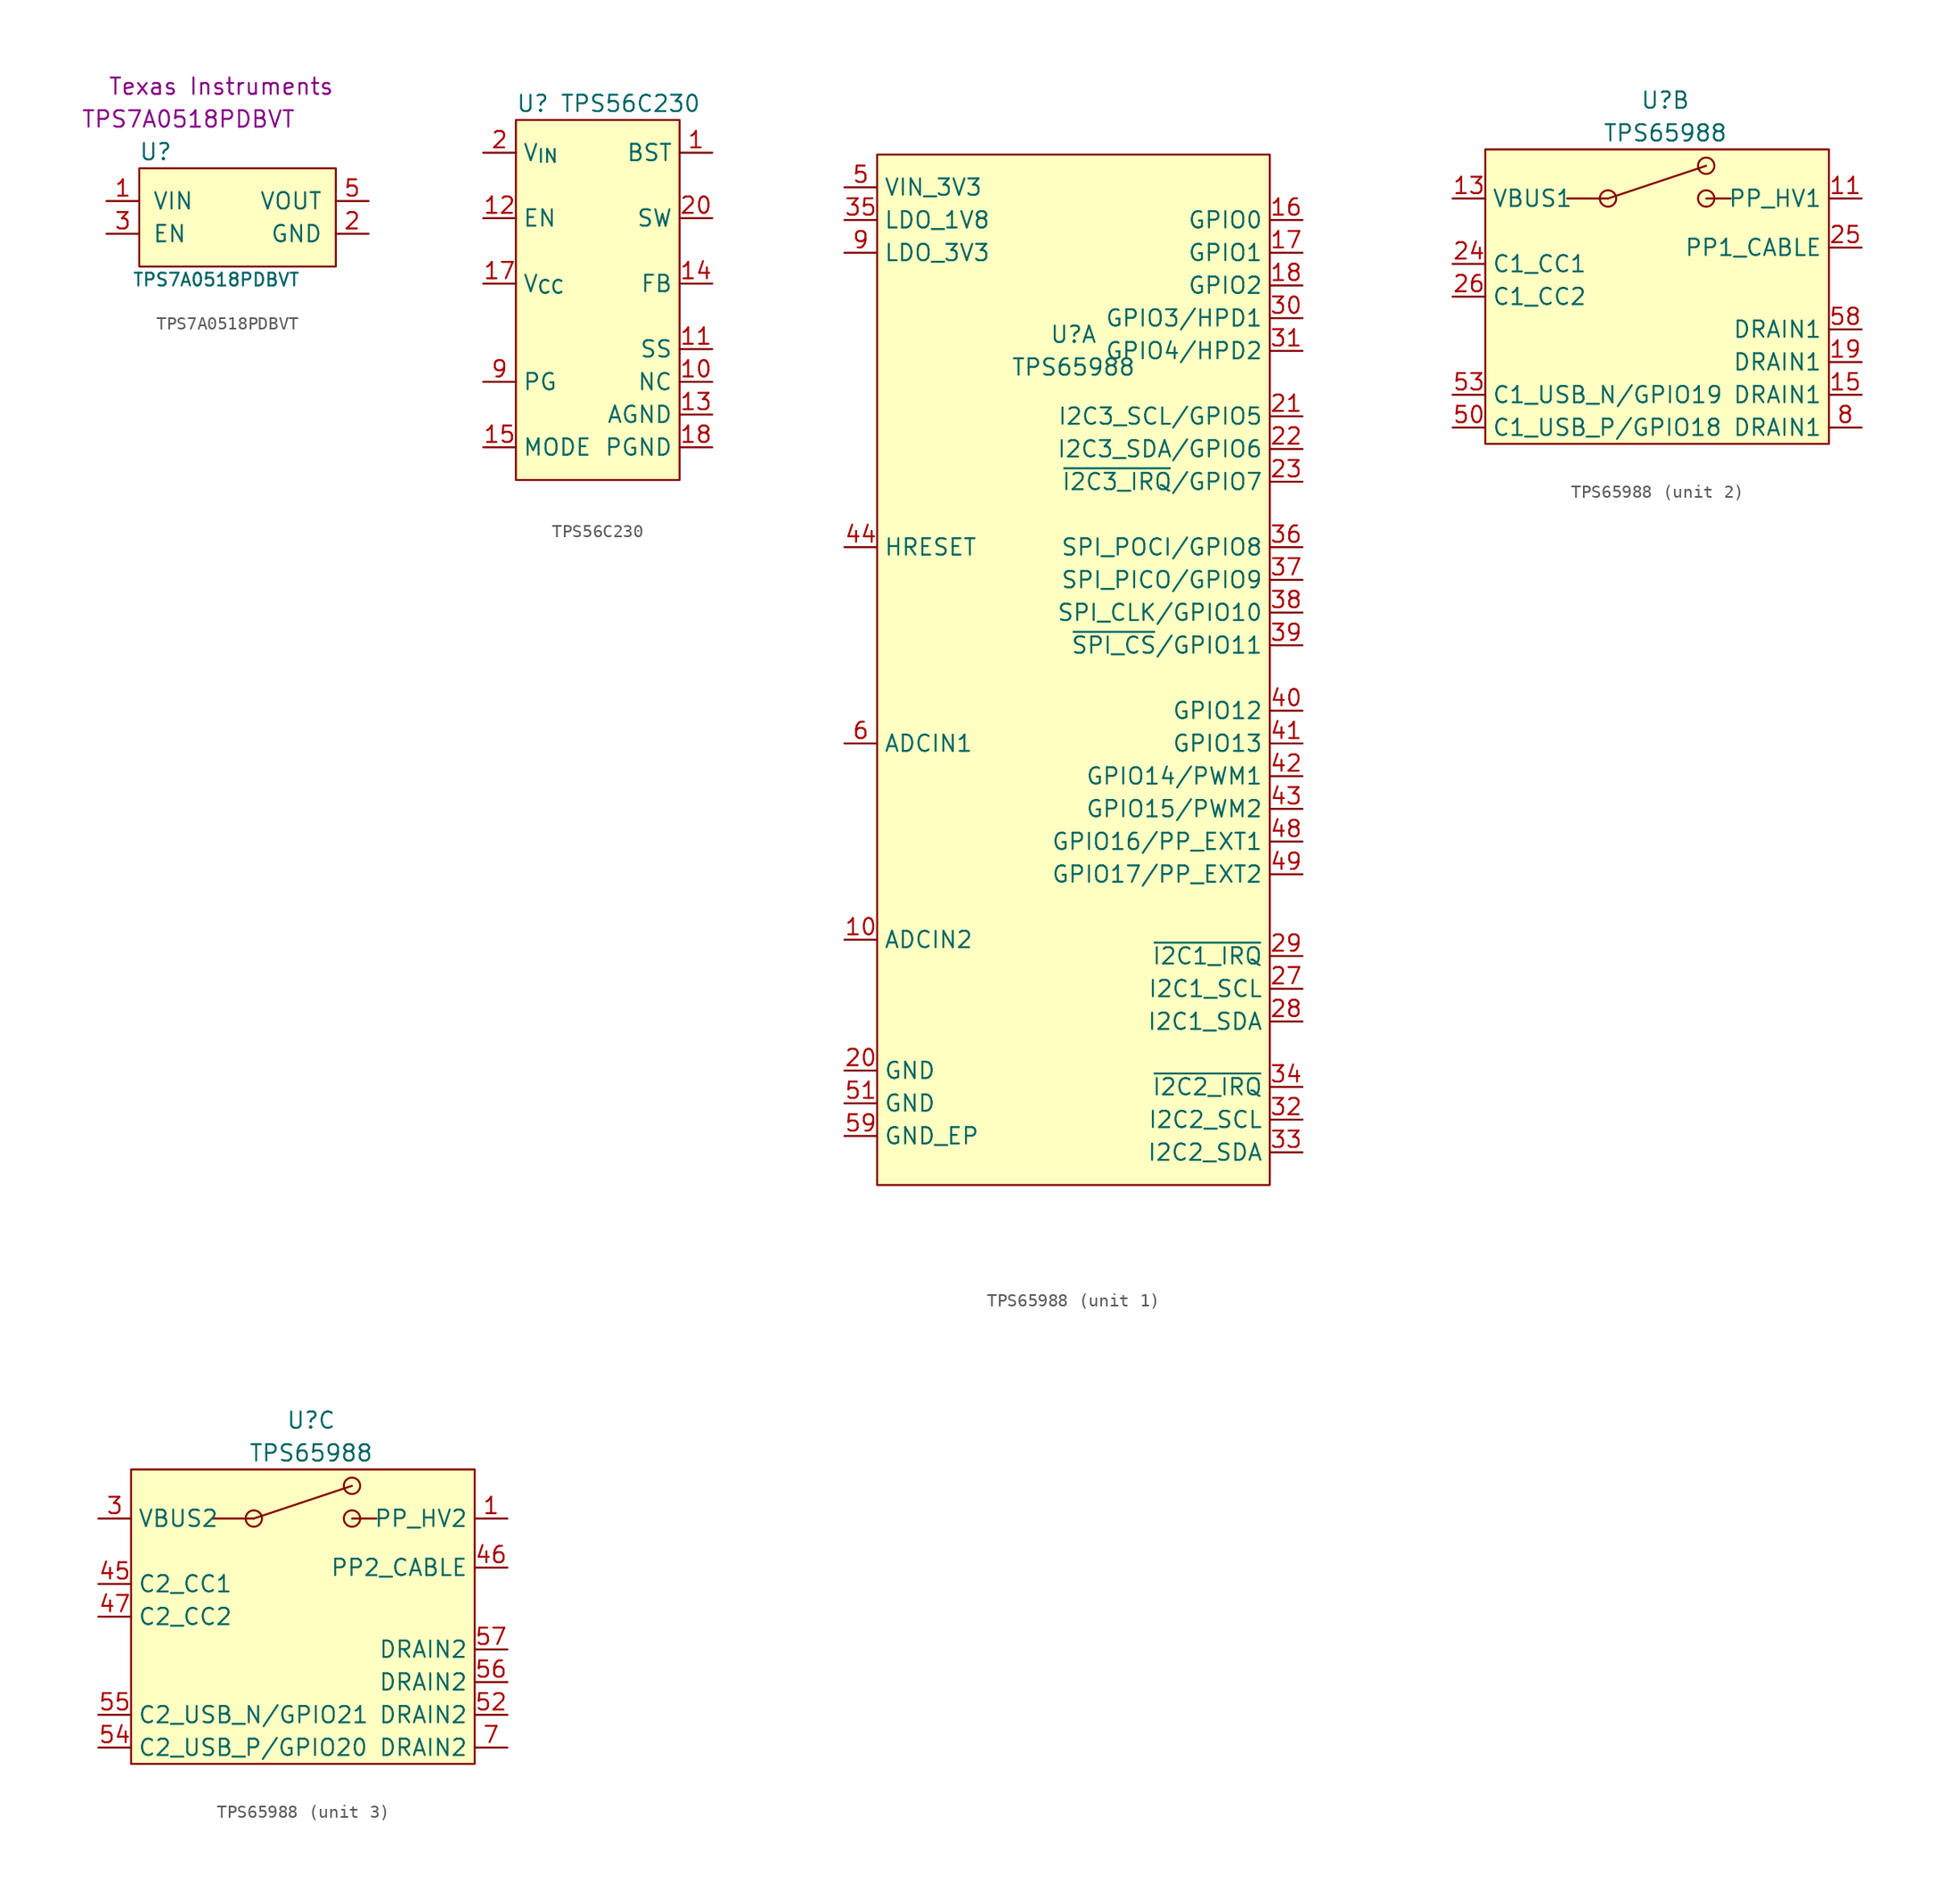
<source format=kicad_sym>
(kicad_symbol_lib
  (version 20220914)
  (generator kicad_symbol_editor)
  (symbol "TPS7A0518PDBVT"
    (pin_names
      (offset 1.016))
    (property "Reference" "U"
      (at -6.35 5.08 0)
      (effects (font (size 1.27 1.27))))
    (property "Value" "TPS7A0518PDBVT"
      (at -1.651 -4.826 0)
      (effects (font (size 0.991 0.991))))
    (property "MPN" "TPS7A0518PDBVT"
      (at -3.81 7.62 0)
      (effects (font (size 1.27 1.27))))
    (property "Manufacturer" "Texas Instruments"
      (at -1.27 10.16 0)
      (effects (font (size 1.27 1.27))))
    (symbol "TPS7A0518PDBVT_1_1"
      (rectangle (start -7.62 3.81) (end 7.62 -3.81) (stroke (width 0) (type default)) (fill (type background)))
      (pin passive line (at -10.16 1.27 0) (length 2.54) (name "VIN" (effects (font (size 1.27 1.27)))) (number "1" (effects (font (size 1.27 1.27)))))
      (pin passive line (at 10.16 -1.27 180) (length 2.54) (name "GND" (effects (font (size 1.27 1.27)))) (number "2" (effects (font (size 1.27 1.27)))))
      (pin passive line (at -10.16 -1.27 0) (length 2.54) (name "EN" (effects (font (size 1.27 1.27)))) (number "3" (effects (font (size 1.27 1.27)))))
      (pin no_connect line (at 0 3.81 180) (length 2.54) hide (name "NV" (effects (font (size 1.27 1.27)))) (number "4" (effects (font (size 1.27 1.27)))))
      (pin passive line (at 10.16 1.27 180) (length 2.54) (name "VOUT" (effects (font (size 1.27 1.27)))) (number "5" (effects (font (size 1.27 1.27)))))))
  (symbol "TPS56C230"
    (property "Reference" "U"
      (at 2.54 3.81 0)
      (effects (font (size 1.27 1.27)) (justify left)))
    (property "Value" "TPS56C230"
      (at 11.43 3.81 0)
      (effects (font (size 1.27 1.27))))
    (symbol "TPS56C230_0_1"
      (rectangle (start 2.54 2.54) (end 15.24 -25.4) (stroke (width 0) (type default)) (fill (type background))))
    (symbol "TPS56C230_1_1"
      (pin passive line (at 17.78 0 180) (length 2.54) (name "BST" (effects (font (size 1.27 1.27)))) (number "1" (effects (font (size 1.27 1.27)))))
      (pin passive line (at 17.78 -17.78 180) (length 2.54) (name "NC" (effects (font (size 1.27 1.27)))) (number "10" (effects (font (size 1.27 1.27)))))
      (pin passive line (at 17.78 -15.24 180) (length 2.54) (name "SS" (effects (font (size 1.27 1.27)))) (number "11" (effects (font (size 1.27 1.27)))))
      (pin passive line (at 0 -5.08 0) (length 2.54) (name "EN" (effects (font (size 1.27 1.27)))) (number "12" (effects (font (size 1.27 1.27)))))
      (pin passive line (at 17.78 -20.32 180) (length 2.54) (name "AGND" (effects (font (size 1.27 1.27)))) (number "13" (effects (font (size 1.27 1.27)))))
      (pin passive line (at 17.78 -10.16 180) (length 2.54) (name "FB" (effects (font (size 1.27 1.27)))) (number "14" (effects (font (size 1.27 1.27)))))
      (pin passive line (at 0 -22.86 0) (length 2.54) (name "MODE" (effects (font (size 1.27 1.27)))) (number "15" (effects (font (size 1.27 1.27)))))
      (pin passive line (at 17.78 -17.78 180) (length 2.54) hide (name "NC" (effects (font (size 1.27 1.27)))) (number "16" (effects (font (size 1.27 1.27)))))
      (pin passive line (at 0 -10.16 0) (length 2.54) (name "V_{CC}" (effects (font (size 1.27 1.27)))) (number "17" (effects (font (size 1.27 1.27)))))
      (pin passive line (at 17.78 -22.86 180) (length 2.54) (name "PGND" (effects (font (size 1.27 1.27)))) (number "18" (effects (font (size 1.27 1.27)))))
      (pin passive line (at 17.78 -5.08 180) (length 2.54) hide (name "SW" (effects (font (size 1.27 1.27)))) (number "19" (effects (font (size 1.27 1.27)))))
      (pin power_in line (at 0 0 0) (length 2.54) (name "V_{IN}" (effects (font (size 1.27 1.27)))) (number "2" (effects (font (size 1.27 1.27)))))
      (pin passive line (at 17.78 -5.08 180) (length 2.54) (name "SW" (effects (font (size 1.27 1.27)))) (number "20" (effects (font (size 1.27 1.27)))))
      (pin passive line (at 17.78 -22.86 180) (length 2.54) hide (name "PGND" (effects (font (size 1.27 1.27)))) (number "21" (effects (font (size 1.27 1.27)))))
      (pin power_in line (at 0 0 0) (length 2.54) hide (name "V_{IN}" (effects (font (size 1.27 1.27)))) (number "3" (effects (font (size 1.27 1.27)))))
      (pin power_in line (at 0 0 0) (length 2.54) hide (name "V_{IN}" (effects (font (size 1.27 1.27)))) (number "4" (effects (font (size 1.27 1.27)))))
      (pin power_in line (at 0 0 0) (length 2.54) hide (name "V_{IN}" (effects (font (size 1.27 1.27)))) (number "5" (effects (font (size 1.27 1.27)))))
      (pin passive line (at 17.78 -5.08 180) (length 2.54) hide (name "SW" (effects (font (size 1.27 1.27)))) (number "6" (effects (font (size 1.27 1.27)))))
      (pin passive line (at 17.78 -22.86 180) (length 2.54) hide (name "PGND" (effects (font (size 1.27 1.27)))) (number "7" (effects (font (size 1.27 1.27)))))
      (pin passive line (at 17.78 -22.86 180) (length 2.54) hide (name "PGND" (effects (font (size 1.27 1.27)))) (number "8" (effects (font (size 1.27 1.27)))))
      (pin passive line (at 0 -17.78 0) (length 2.54) (name "PG" (effects (font (size 1.27 1.27)))) (number "9" (effects (font (size 1.27 1.27)))))))
  (symbol "TPS65988"
    (property "Reference" "U"
      (at 0 26.67 0)
      (effects (font (size 1.27 1.27))))
    (property "Value" "TPS65988"
      (at 0 24.13 0)
      (effects (font (size 1.27 1.27))))
    (property "ki_locked" ""
      (at 0 0 0)
      (effects (font (size 1.27 1.27))))
    (symbol "TPS65988_1_0"
      (rectangle (start -15.24 40.64) (end 15.24 -39.37) (stroke (width 0) (type default)) (fill (type background))))
    (symbol "TPS65988_1_1"
      (pin input line (at -17.78 -20.32 0) (length 2.54) (name "ADCIN2" (effects (font (size 1.27 1.27)))) (number "10" (effects (font (size 1.27 1.27)))))
      (pin bidirectional line (at 17.78 35.56 180) (length 2.54) (name "GPIO0" (effects (font (size 1.27 1.27)))) (number "16" (effects (font (size 1.27 1.27)))))
      (pin bidirectional line (at 17.78 33.02 180) (length 2.54) (name "GPIO1" (effects (font (size 1.27 1.27)))) (number "17" (effects (font (size 1.27 1.27)))))
      (pin bidirectional line (at 17.78 30.48 180) (length 2.54) (name "GPIO2" (effects (font (size 1.27 1.27)))) (number "18" (effects (font (size 1.27 1.27)))))
      (pin passive line (at -17.78 -30.48 0) (length 2.54) (name "GND" (effects (font (size 1.27 1.27)))) (number "20" (effects (font (size 1.27 1.27)))))
      (pin bidirectional line (at 17.78 20.32 180) (length 2.54) (name "I2C3_SCL/GPIO5" (effects (font (size 1.27 1.27)))) (number "21" (effects (font (size 1.27 1.27)))) (alternate "GPIO5" bidirectional line) (alternate "I2C3_SCL" bidirectional line))
      (pin bidirectional line (at 17.78 17.78 180) (length 2.54) (name "I2C3_SDA/GPIO6" (effects (font (size 1.27 1.27)))) (number "22" (effects (font (size 1.27 1.27)))) (alternate "GPIO6" bidirectional line) (alternate "I2C3_SDA" bidirectional line))
      (pin bidirectional line (at 17.78 15.24 180) (length 2.54) (name "~{I2C3_IRQ}/GPIO7" (effects (font (size 1.27 1.27)))) (number "23" (effects (font (size 1.27 1.27)))) (alternate "GPIO7" bidirectional line) (alternate "~{I2C3_IRQ}" bidirectional line))
      (pin bidirectional line (at 17.78 -24.13 180) (length 2.54) (name "I2C1_SCL" (effects (font (size 1.27 1.27)))) (number "27" (effects (font (size 1.27 1.27)))))
      (pin bidirectional line (at 17.78 -26.67 180) (length 2.54) (name "I2C1_SDA" (effects (font (size 1.27 1.27)))) (number "28" (effects (font (size 1.27 1.27)))))
      (pin output line (at 17.78 -21.59 180) (length 2.54) (name "~{I2C1_IRQ}" (effects (font (size 1.27 1.27)))) (number "29" (effects (font (size 1.27 1.27)))))
      (pin bidirectional line (at 17.78 27.94 180) (length 2.54) (name "GPIO3/HPD1" (effects (font (size 1.27 1.27)))) (number "30" (effects (font (size 1.27 1.27)))) (alternate "GPIO3" bidirectional line) (alternate "HPD1" bidirectional line))
      (pin bidirectional line (at 17.78 25.4 180) (length 2.54) (name "GPIO4/HPD2" (effects (font (size 1.27 1.27)))) (number "31" (effects (font (size 1.27 1.27)))) (alternate "GPIO4" bidirectional line) (alternate "HPD2" bidirectional line))
      (pin bidirectional line (at 17.78 -34.29 180) (length 2.54) (name "I2C2_SCL" (effects (font (size 1.27 1.27)))) (number "32" (effects (font (size 1.27 1.27)))))
      (pin bidirectional line (at 17.78 -36.83 180) (length 2.54) (name "I2C2_SDA" (effects (font (size 1.27 1.27)))) (number "33" (effects (font (size 1.27 1.27)))))
      (pin output line (at 17.78 -31.75 180) (length 2.54) (name "~{I2C2_IRQ}" (effects (font (size 1.27 1.27)))) (number "34" (effects (font (size 1.27 1.27)))))
      (pin power_out line (at -17.78 35.56 0) (length 2.54) (name "LDO_1V8" (effects (font (size 1.27 1.27)))) (number "35" (effects (font (size 1.27 1.27)))))
      (pin bidirectional line (at 17.78 10.16 180) (length 2.54) (name "SPI_POCI/GPIO8" (effects (font (size 1.27 1.27)))) (number "36" (effects (font (size 1.27 1.27)))) (alternate "GPIO8" bidirectional line) (alternate "SPI_POCI" bidirectional line))
      (pin bidirectional line (at 17.78 7.62 180) (length 2.54) (name "SPI_PICO/GPIO9" (effects (font (size 1.27 1.27)))) (number "37" (effects (font (size 1.27 1.27)))) (alternate "GPIO9" bidirectional line) (alternate "SPI_PICO" bidirectional line))
      (pin bidirectional line (at 17.78 5.08 180) (length 2.54) (name "SPI_CLK/GPIO10" (effects (font (size 1.27 1.27)))) (number "38" (effects (font (size 1.27 1.27)))) (alternate "GPIO10" bidirectional line) (alternate "SPI_CLK" bidirectional line))
      (pin bidirectional line (at 17.78 2.54 180) (length 2.54) (name "~{SPI_CS}/GPIO11" (effects (font (size 1.27 1.27)))) (number "39" (effects (font (size 1.27 1.27)))) (alternate "GPIO11" bidirectional line) (alternate "~{SPI_CS}" bidirectional line))
      (pin bidirectional line (at 17.78 -2.54 180) (length 2.54) (name "GPIO12" (effects (font (size 1.27 1.27)))) (number "40" (effects (font (size 1.27 1.27)))))
      (pin bidirectional line (at 17.78 -5.08 180) (length 2.54) (name "GPIO13" (effects (font (size 1.27 1.27)))) (number "41" (effects (font (size 1.27 1.27)))))
      (pin bidirectional line (at 17.78 -7.62 180) (length 2.54) (name "GPIO14/PWM1" (effects (font (size 1.27 1.27)))) (number "42" (effects (font (size 1.27 1.27)))) (alternate "GPIO14" bidirectional line) (alternate "PWM1" output line))
      (pin bidirectional line (at 17.78 -10.16 180) (length 2.54) (name "GPIO15/PWM2" (effects (font (size 1.27 1.27)))) (number "43" (effects (font (size 1.27 1.27)))) (alternate "GPIO15" bidirectional line) (alternate "PWM2" output line))
      (pin input line (at -17.78 10.16 0) (length 2.54) (name "HRESET" (effects (font (size 1.27 1.27)))) (number "44" (effects (font (size 1.27 1.27)))))
      (pin bidirectional line (at 17.78 -12.7 180) (length 2.54) (name "GPIO16/PP_EXT1" (effects (font (size 1.27 1.27)))) (number "48" (effects (font (size 1.27 1.27)))) (alternate "GPIO16" bidirectional line) (alternate "PP_EXT1" output line))
      (pin bidirectional line (at 17.78 -15.24 180) (length 2.54) (name "GPIO17/PP_EXT2" (effects (font (size 1.27 1.27)))) (number "49" (effects (font (size 1.27 1.27)))) (alternate "GPIO17" bidirectional line) (alternate "PP_EXT2" output line))
      (pin power_in line (at -17.78 38.1 0) (length 2.54) (name "VIN_3V3" (effects (font (size 1.27 1.27)))) (number "5" (effects (font (size 1.27 1.27)))))
      (pin passive line (at -17.78 -33.02 0) (length 2.54) (name "GND" (effects (font (size 1.27 1.27)))) (number "51" (effects (font (size 1.27 1.27)))))
      (pin power_in line (at -17.78 -35.56 0) (length 2.54) (name "GND_EP" (effects (font (size 1.27 1.27)))) (number "59" (effects (font (size 1.27 1.27)))))
      (pin input line (at -17.78 -5.08 0) (length 2.54) (name "ADCIN1" (effects (font (size 1.27 1.27)))) (number "6" (effects (font (size 1.27 1.27)))))
      (pin power_out line (at -17.78 33.02 0) (length 2.54) (name "LDO_3V3" (effects (font (size 1.27 1.27)))) (number "9" (effects (font (size 1.27 1.27))))))
    (symbol "TPS65988_2_0"
      (rectangle (start -13.97 22.86) (end 12.7 0) (stroke (width 0) (type default)) (fill (type background)))
      (circle (center -4.445 19.05) (radius 0.635) (stroke (width 0) (type default)) (fill (type none)))
      (polyline (pts (xy -7.62 19.05) (xy -4.445 19.05)) (stroke (width 0) (type default)) (fill (type none)))
      (polyline (pts (xy -4.445 19.05) (xy 3.175 21.59)) (stroke (width 0) (type default)) (fill (type none)))
      (polyline (pts (xy 5.08 19.05) (xy 3.175 19.05)) (stroke (width 0) (type default)) (fill (type none)))
      (circle (center 3.175 19.05) (radius 0.635) (stroke (width 0) (type default)) (fill (type none)))
      (circle (center 3.175 21.59) (radius 0.635) (stroke (width 0) (type default)) (fill (type none))))
    (symbol "TPS65988_2_1"
      (pin bidirectional line (at 15.24 19.05 180) (length 2.54) (name "PP_HV1" (effects (font (size 1.27 1.27)))) (number "11" (effects (font (size 1.27 1.27)))))
      (pin bidirectional line (at -16.51 19.05 0) (length 2.54) (name "VBUS1" (effects (font (size 1.27 1.27)))) (number "13" (effects (font (size 1.27 1.27)))))
      (pin passive line (at 15.24 3.81 180) (length 2.54) (name "DRAIN1" (effects (font (size 1.27 1.27)))) (number "15" (effects (font (size 1.27 1.27)))))
      (pin passive line (at 15.24 6.35 180) (length 2.54) (name "DRAIN1" (effects (font (size 1.27 1.27)))) (number "19" (effects (font (size 1.27 1.27)))))
      (pin bidirectional line (at -16.51 13.97 0) (length 2.54) (name "C1_CC1" (effects (font (size 1.27 1.27)))) (number "24" (effects (font (size 1.27 1.27)))))
      (pin power_in line (at 15.24 15.24 180) (length 2.54) (name "PP1_CABLE" (effects (font (size 1.27 1.27)))) (number "25" (effects (font (size 1.27 1.27)))))
      (pin bidirectional line (at -16.51 11.43 0) (length 2.54) (name "C1_CC2" (effects (font (size 1.27 1.27)))) (number "26" (effects (font (size 1.27 1.27)))))
      (pin bidirectional line (at -16.51 1.27 0) (length 2.54) (name "C1_USB_P/GPIO18" (effects (font (size 1.27 1.27)))) (number "50" (effects (font (size 1.27 1.27)))) (alternate "C1_USB_P" bidirectional line) (alternate "GPIO18" bidirectional line))
      (pin bidirectional line (at -16.51 3.81 0) (length 2.54) (name "C1_USB_N/GPIO19" (effects (font (size 1.27 1.27)))) (number "53" (effects (font (size 1.27 1.27)))) (alternate "C1_USB_N" bidirectional line) (alternate "GPIO19" bidirectional line))
      (pin passive line (at 15.24 8.89 180) (length 2.54) (name "DRAIN1" (effects (font (size 1.27 1.27)))) (number "58" (effects (font (size 1.27 1.27)))))
      (pin passive line (at 15.24 1.27 180) (length 2.54) (name "DRAIN1" (effects (font (size 1.27 1.27)))) (number "8" (effects (font (size 1.27 1.27))))))
    (symbol "TPS65988_3_0"
      (rectangle (start -13.97 22.86) (end 12.7 0) (stroke (width 0) (type default)) (fill (type background)))
      (circle (center -4.445 19.05) (radius 0.635) (stroke (width 0) (type default)) (fill (type none)))
      (polyline (pts (xy -7.62 19.05) (xy -4.445 19.05)) (stroke (width 0) (type default)) (fill (type none)))
      (polyline (pts (xy -4.445 19.05) (xy 3.175 21.59)) (stroke (width 0) (type default)) (fill (type none)))
      (polyline (pts (xy 5.08 19.05) (xy 3.175 19.05)) (stroke (width 0) (type default)) (fill (type none)))
      (circle (center 3.175 19.05) (radius 0.635) (stroke (width 0) (type default)) (fill (type none)))
      (circle (center 3.175 21.59) (radius 0.635) (stroke (width 0) (type default)) (fill (type none))))
    (symbol "TPS65988_3_1"
      (pin bidirectional line (at 15.24 19.05 180) (length 2.54) (name "PP_HV2" (effects (font (size 1.27 1.27)))) (number "1" (effects (font (size 1.27 1.27)))))
      (pin bidirectional line (at -16.51 19.05 0) (length 2.54) (name "VBUS2" (effects (font (size 1.27 1.27)))) (number "3" (effects (font (size 1.27 1.27)))))
      (pin bidirectional line (at -16.51 13.97 0) (length 2.54) (name "C2_CC1" (effects (font (size 1.27 1.27)))) (number "45" (effects (font (size 1.27 1.27)))))
      (pin power_in line (at 15.24 15.24 180) (length 2.54) (name "PP2_CABLE" (effects (font (size 1.27 1.27)))) (number "46" (effects (font (size 1.27 1.27)))))
      (pin bidirectional line (at -16.51 11.43 0) (length 2.54) (name "C2_CC2" (effects (font (size 1.27 1.27)))) (number "47" (effects (font (size 1.27 1.27)))))
      (pin passive line (at 15.24 3.81 180) (length 2.54) (name "DRAIN2" (effects (font (size 1.27 1.27)))) (number "52" (effects (font (size 1.27 1.27)))))
      (pin bidirectional line (at -16.51 1.27 0) (length 2.54) (name "C2_USB_P/GPIO20" (effects (font (size 1.27 1.27)))) (number "54" (effects (font (size 1.27 1.27)))) (alternate "C2_USB_P" bidirectional line) (alternate "GPIO20" bidirectional line))
      (pin bidirectional line (at -16.51 3.81 0) (length 2.54) (name "C2_USB_N/GPIO21" (effects (font (size 1.27 1.27)))) (number "55" (effects (font (size 1.27 1.27)))) (alternate "C2_USB_N" bidirectional line) (alternate "GPIO21" bidirectional line))
      (pin passive line (at 15.24 6.35 180) (length 2.54) (name "DRAIN2" (effects (font (size 1.27 1.27)))) (number "56" (effects (font (size 1.27 1.27)))))
      (pin passive line (at 15.24 8.89 180) (length 2.54) (name "DRAIN2" (effects (font (size 1.27 1.27)))) (number "57" (effects (font (size 1.27 1.27)))))
      (pin passive line (at 15.24 1.27 180) (length 2.54) (name "DRAIN2" (effects (font (size 1.27 1.27)))) (number "7" (effects (font (size 1.27 1.27))))))))
</source>
